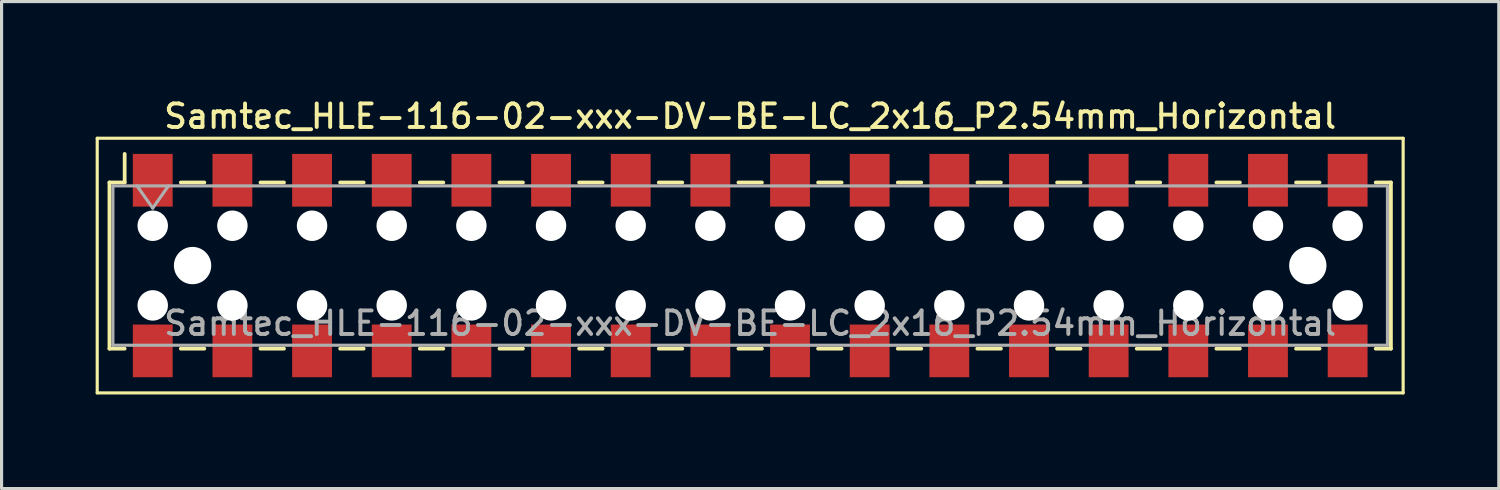
<source format=kicad_pcb>
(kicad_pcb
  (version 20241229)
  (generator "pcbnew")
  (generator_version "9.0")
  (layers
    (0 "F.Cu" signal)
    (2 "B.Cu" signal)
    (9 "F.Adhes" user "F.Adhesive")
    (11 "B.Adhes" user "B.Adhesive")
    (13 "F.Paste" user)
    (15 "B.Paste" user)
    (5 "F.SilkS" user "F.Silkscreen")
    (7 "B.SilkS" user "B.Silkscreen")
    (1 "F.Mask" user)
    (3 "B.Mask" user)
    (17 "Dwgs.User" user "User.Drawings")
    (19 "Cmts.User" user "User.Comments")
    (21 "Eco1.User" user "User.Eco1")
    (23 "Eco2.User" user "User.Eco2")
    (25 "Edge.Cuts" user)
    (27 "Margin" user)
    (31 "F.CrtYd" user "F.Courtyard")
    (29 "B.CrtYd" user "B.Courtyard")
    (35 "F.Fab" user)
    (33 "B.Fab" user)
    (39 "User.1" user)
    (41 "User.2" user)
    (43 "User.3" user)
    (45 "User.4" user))
  (footprint "Samtec_HLE-116-02-xxx-DV-BE-LC_2x16_P2.54mm_Horizontal"
    (layer "F.Cu")
    (at 20.87 5.418)
    (property "Reference" "Samtec_HLE-116-02-xxx-DV-BE-LC_2x16_P2.54mm_Horizontal" (at 0 -4.76 0) (layer "F.SilkS") (effects (font (size 0.75 0.75) (thickness 0.125))))
    (attr smd)
    (fp_line (start -20.82 -4.06) (end 20.82 -4.06) (stroke (width 0.1) (type solid)) (layer "F.SilkS"))
    (fp_line (start -20.82 4.06) (end -20.82 -4.06) (stroke (width 0.1) (type solid)) (layer "F.SilkS"))
    (fp_line (start -20.43 -2.65) (end -20.43 2.65) (stroke (width 0.12) (type solid)) (layer "F.SilkS"))
    (fp_line (start -20.43 2.65) (end -19.945 2.65) (stroke (width 0.12) (type solid)) (layer "F.SilkS"))
    (fp_line (start -19.945 -3.56) (end -19.945 -2.65) (stroke (width 0.12) (type solid)) (layer "F.SilkS"))
    (fp_line (start -19.945 -2.65) (end -20.43 -2.65) (stroke (width 0.12) (type solid)) (layer "F.SilkS"))
    (fp_line (start -18.155 -2.65) (end -17.405 -2.65) (stroke (width 0.12) (type solid)) (layer "F.SilkS"))
    (fp_line (start -18.155 2.65) (end -17.405 2.65) (stroke (width 0.12) (type solid)) (layer "F.SilkS"))
    (fp_line (start -15.615 -2.65) (end -14.865 -2.65) (stroke (width 0.12) (type solid)) (layer "F.SilkS"))
    (fp_line (start -15.615 2.65) (end -14.865 2.65) (stroke (width 0.12) (type solid)) (layer "F.SilkS"))
    (fp_line (start -13.075 -2.65) (end -12.325 -2.65) (stroke (width 0.12) (type solid)) (layer "F.SilkS"))
    (fp_line (start -13.075 2.65) (end -12.325 2.65) (stroke (width 0.12) (type solid)) (layer "F.SilkS"))
    (fp_line (start -10.535 -2.65) (end -9.785 -2.65) (stroke (width 0.12) (type solid)) (layer "F.SilkS"))
    (fp_line (start -10.535 2.65) (end -9.785 2.65) (stroke (width 0.12) (type solid)) (layer "F.SilkS"))
    (fp_line (start -7.995 -2.65) (end -7.245 -2.65) (stroke (width 0.12) (type solid)) (layer "F.SilkS"))
    (fp_line (start -7.995 2.65) (end -7.245 2.65) (stroke (width 0.12) (type solid)) (layer "F.SilkS"))
    (fp_line (start -5.455 -2.65) (end -4.705 -2.65) (stroke (width 0.12) (type solid)) (layer "F.SilkS"))
    (fp_line (start -5.455 2.65) (end -4.705 2.65) (stroke (width 0.12) (type solid)) (layer "F.SilkS"))
    (fp_line (start -2.915 -2.65) (end -2.165 -2.65) (stroke (width 0.12) (type solid)) (layer "F.SilkS"))
    (fp_line (start -2.915 2.65) (end -2.165 2.65) (stroke (width 0.12) (type solid)) (layer "F.SilkS"))
    (fp_line (start -0.375 -2.65) (end 0.375 -2.65) (stroke (width 0.12) (type solid)) (layer "F.SilkS"))
    (fp_line (start -0.375 2.65) (end 0.375 2.65) (stroke (width 0.12) (type solid)) (layer "F.SilkS"))
    (fp_line (start 2.165 -2.65) (end 2.915 -2.65) (stroke (width 0.12) (type solid)) (layer "F.SilkS"))
    (fp_line (start 2.165 2.65) (end 2.915 2.65) (stroke (width 0.12) (type solid)) (layer "F.SilkS"))
    (fp_line (start 4.705 -2.65) (end 5.455 -2.65) (stroke (width 0.12) (type solid)) (layer "F.SilkS"))
    (fp_line (start 4.705 2.65) (end 5.455 2.65) (stroke (width 0.12) (type solid)) (layer "F.SilkS"))
    (fp_line (start 7.245 -2.65) (end 7.995 -2.65) (stroke (width 0.12) (type solid)) (layer "F.SilkS"))
    (fp_line (start 7.245 2.65) (end 7.995 2.65) (stroke (width 0.12) (type solid)) (layer "F.SilkS"))
    (fp_line (start 9.785 -2.65) (end 10.535 -2.65) (stroke (width 0.12) (type solid)) (layer "F.SilkS"))
    (fp_line (start 9.785 2.65) (end 10.535 2.65) (stroke (width 0.12) (type solid)) (layer "F.SilkS"))
    (fp_line (start 12.325 -2.65) (end 13.075 -2.65) (stroke (width 0.12) (type solid)) (layer "F.SilkS"))
    (fp_line (start 12.325 2.65) (end 13.075 2.65) (stroke (width 0.12) (type solid)) (layer "F.SilkS"))
    (fp_line (start 14.865 -2.65) (end 15.615 -2.65) (stroke (width 0.12) (type solid)) (layer "F.SilkS"))
    (fp_line (start 14.865 2.65) (end 15.615 2.65) (stroke (width 0.12) (type solid)) (layer "F.SilkS"))
    (fp_line (start 17.405 -2.65) (end 18.155 -2.65) (stroke (width 0.12) (type solid)) (layer "F.SilkS"))
    (fp_line (start 17.405 2.65) (end 18.155 2.65) (stroke (width 0.12) (type solid)) (layer "F.SilkS"))
    (fp_line (start 19.945 -2.65) (end 20.43 -2.65) (stroke (width 0.12) (type solid)) (layer "F.SilkS"))
    (fp_line (start 20.43 -2.65) (end 20.43 2.65) (stroke (width 0.12) (type solid)) (layer "F.SilkS"))
    (fp_line (start 20.43 2.65) (end 19.945 2.65) (stroke (width 0.12) (type solid)) (layer "F.SilkS"))
    (fp_line (start 20.82 -4.06) (end 20.82 4.06) (stroke (width 0.1) (type solid)) (layer "F.SilkS"))
    (fp_line (start 20.82 4.06) (end -20.82 4.06) (stroke (width 0.1) (type solid)) (layer "F.SilkS"))
    (fp_line (start -20.32 -2.54) (end 20.32 -2.54) (stroke (width 0.1) (type solid)) (layer "F.Fab"))
    (fp_line (start -20.32 2.54) (end -20.32 -2.54) (stroke (width 0.1) (type solid)) (layer "F.Fab"))
    (fp_line (start -19.55 -2.54) (end -19.05 -1.833) (stroke (width 0.1) (type solid)) (layer "F.Fab"))
    (fp_line (start -19.05 -1.833) (end -18.55 -2.54) (stroke (width 0.1) (type solid)) (layer "F.Fab"))
    (fp_line (start 20.32 -2.54) (end 20.32 2.54) (stroke (width 0.1) (type solid)) (layer "F.Fab"))
    (fp_line (start 20.32 2.54) (end -20.32 2.54) (stroke (width 0.1) (type solid)) (layer "F.Fab"))
    (fp_text user "${REFERENCE}" (at 0 1.84 0) (layer "F.Fab") (effects (font (size 0.75 0.75) (thickness 0.125))))
    (pad "" np_thru_hole circle (at -19.05 -1.27) (size 0.97 0.97) (drill 0.97) (layers "*.Cu" "*.Mask"))
    (pad "" np_thru_hole circle (at -19.05 1.27) (size 0.97 0.97) (drill 0.97) (layers "*.Cu" "*.Mask"))
    (pad "" np_thru_hole circle (at -17.78 0) (size 1.19 1.19) (drill 1.19) (layers "*.Cu" "*.Mask"))
    (pad "" np_thru_hole circle (at -16.51 -1.27) (size 0.97 0.97) (drill 0.97) (layers "*.Cu" "*.Mask"))
    (pad "" np_thru_hole circle (at -16.51 1.27) (size 0.97 0.97) (drill 0.97) (layers "*.Cu" "*.Mask"))
    (pad "" np_thru_hole circle (at -13.97 -1.27) (size 0.97 0.97) (drill 0.97) (layers "*.Cu" "*.Mask"))
    (pad "" np_thru_hole circle (at -13.97 1.27) (size 0.97 0.97) (drill 0.97) (layers "*.Cu" "*.Mask"))
    (pad "" np_thru_hole circle (at -11.43 -1.27) (size 0.97 0.97) (drill 0.97) (layers "*.Cu" "*.Mask"))
    (pad "" np_thru_hole circle (at -11.43 1.27) (size 0.97 0.97) (drill 0.97) (layers "*.Cu" "*.Mask"))
    (pad "" np_thru_hole circle (at -8.89 -1.27) (size 0.97 0.97) (drill 0.97) (layers "*.Cu" "*.Mask"))
    (pad "" np_thru_hole circle (at -8.89 1.27) (size 0.97 0.97) (drill 0.97) (layers "*.Cu" "*.Mask"))
    (pad "" np_thru_hole circle (at -6.35 -1.27) (size 0.97 0.97) (drill 0.97) (layers "*.Cu" "*.Mask"))
    (pad "" np_thru_hole circle (at -6.35 1.27) (size 0.97 0.97) (drill 0.97) (layers "*.Cu" "*.Mask"))
    (pad "" np_thru_hole circle (at -3.81 -1.27) (size 0.97 0.97) (drill 0.97) (layers "*.Cu" "*.Mask"))
    (pad "" np_thru_hole circle (at -3.81 1.27) (size 0.97 0.97) (drill 0.97) (layers "*.Cu" "*.Mask"))
    (pad "" np_thru_hole circle (at -1.27 -1.27) (size 0.97 0.97) (drill 0.97) (layers "*.Cu" "*.Mask"))
    (pad "" np_thru_hole circle (at -1.27 1.27) (size 0.97 0.97) (drill 0.97) (layers "*.Cu" "*.Mask"))
    (pad "" np_thru_hole circle (at 1.27 -1.27) (size 0.97 0.97) (drill 0.97) (layers "*.Cu" "*.Mask"))
    (pad "" np_thru_hole circle (at 1.27 1.27) (size 0.97 0.97) (drill 0.97) (layers "*.Cu" "*.Mask"))
    (pad "" np_thru_hole circle (at 3.81 -1.27) (size 0.97 0.97) (drill 0.97) (layers "*.Cu" "*.Mask"))
    (pad "" np_thru_hole circle (at 3.81 1.27) (size 0.97 0.97) (drill 0.97) (layers "*.Cu" "*.Mask"))
    (pad "" np_thru_hole circle (at 6.35 -1.27) (size 0.97 0.97) (drill 0.97) (layers "*.Cu" "*.Mask"))
    (pad "" np_thru_hole circle (at 6.35 1.27) (size 0.97 0.97) (drill 0.97) (layers "*.Cu" "*.Mask"))
    (pad "" np_thru_hole circle (at 8.89 -1.27) (size 0.97 0.97) (drill 0.97) (layers "*.Cu" "*.Mask"))
    (pad "" np_thru_hole circle (at 8.89 1.27) (size 0.97 0.97) (drill 0.97) (layers "*.Cu" "*.Mask"))
    (pad "" np_thru_hole circle (at 11.43 -1.27) (size 0.97 0.97) (drill 0.97) (layers "*.Cu" "*.Mask"))
    (pad "" np_thru_hole circle (at 11.43 1.27) (size 0.97 0.97) (drill 0.97) (layers "*.Cu" "*.Mask"))
    (pad "" np_thru_hole circle (at 13.97 -1.27) (size 0.97 0.97) (drill 0.97) (layers "*.Cu" "*.Mask"))
    (pad "" np_thru_hole circle (at 13.97 1.27) (size 0.97 0.97) (drill 0.97) (layers "*.Cu" "*.Mask"))
    (pad "" np_thru_hole circle (at 16.51 -1.27) (size 0.97 0.97) (drill 0.97) (layers "*.Cu" "*.Mask"))
    (pad "" np_thru_hole circle (at 16.51 1.27) (size 0.97 0.97) (drill 0.97) (layers "*.Cu" "*.Mask"))
    (pad "" np_thru_hole circle (at 17.78 0) (size 1.19 1.19) (drill 1.19) (layers "*.Cu" "*.Mask"))
    (pad "" np_thru_hole circle (at 19.05 -1.27) (size 0.97 0.97) (drill 0.97) (layers "*.Cu" "*.Mask"))
    (pad "" np_thru_hole circle (at 19.05 1.27) (size 0.97 0.97) (drill 0.97) (layers "*.Cu" "*.Mask"))
    (pad "1" smd rect (at -19.05 -2.72) (size 1.27 1.68) (layers "F.Cu" "F.Mask" "F.Paste"))
    (pad "2" smd rect (at -19.05 2.72) (size 1.27 1.68) (layers "F.Cu" "F.Mask" "F.Paste"))
    (pad "3" smd rect (at -16.51 -2.72) (size 1.27 1.68) (layers "F.Cu" "F.Mask" "F.Paste"))
    (pad "4" smd rect (at -16.51 2.72) (size 1.27 1.68) (layers "F.Cu" "F.Mask" "F.Paste"))
    (pad "5" smd rect (at -13.97 -2.72) (size 1.27 1.68) (layers "F.Cu" "F.Mask" "F.Paste"))
    (pad "6" smd rect (at -13.97 2.72) (size 1.27 1.68) (layers "F.Cu" "F.Mask" "F.Paste"))
    (pad "7" smd rect (at -11.43 -2.72) (size 1.27 1.68) (layers "F.Cu" "F.Mask" "F.Paste"))
    (pad "8" smd rect (at -11.43 2.72) (size 1.27 1.68) (layers "F.Cu" "F.Mask" "F.Paste"))
    (pad "9" smd rect (at -8.89 -2.72) (size 1.27 1.68) (layers "F.Cu" "F.Mask" "F.Paste"))
    (pad "10" smd rect (at -8.89 2.72) (size 1.27 1.68) (layers "F.Cu" "F.Mask" "F.Paste"))
    (pad "11" smd rect (at -6.35 -2.72) (size 1.27 1.68) (layers "F.Cu" "F.Mask" "F.Paste"))
    (pad "12" smd rect (at -6.35 2.72) (size 1.27 1.68) (layers "F.Cu" "F.Mask" "F.Paste"))
    (pad "13" smd rect (at -3.81 -2.72) (size 1.27 1.68) (layers "F.Cu" "F.Mask" "F.Paste"))
    (pad "14" smd rect (at -3.81 2.72) (size 1.27 1.68) (layers "F.Cu" "F.Mask" "F.Paste"))
    (pad "15" smd rect (at -1.27 -2.72) (size 1.27 1.68) (layers "F.Cu" "F.Mask" "F.Paste"))
    (pad "16" smd rect (at -1.27 2.72) (size 1.27 1.68) (layers "F.Cu" "F.Mask" "F.Paste"))
    (pad "17" smd rect (at 1.27 -2.72) (size 1.27 1.68) (layers "F.Cu" "F.Mask" "F.Paste"))
    (pad "18" smd rect (at 1.27 2.72) (size 1.27 1.68) (layers "F.Cu" "F.Mask" "F.Paste"))
    (pad "19" smd rect (at 3.81 -2.72) (size 1.27 1.68) (layers "F.Cu" "F.Mask" "F.Paste"))
    (pad "20" smd rect (at 3.81 2.72) (size 1.27 1.68) (layers "F.Cu" "F.Mask" "F.Paste"))
    (pad "21" smd rect (at 6.35 -2.72) (size 1.27 1.68) (layers "F.Cu" "F.Mask" "F.Paste"))
    (pad "22" smd rect (at 6.35 2.72) (size 1.27 1.68) (layers "F.Cu" "F.Mask" "F.Paste"))
    (pad "23" smd rect (at 8.89 -2.72) (size 1.27 1.68) (layers "F.Cu" "F.Mask" "F.Paste"))
    (pad "24" smd rect (at 8.89 2.72) (size 1.27 1.68) (layers "F.Cu" "F.Mask" "F.Paste"))
    (pad "25" smd rect (at 11.43 -2.72) (size 1.27 1.68) (layers "F.Cu" "F.Mask" "F.Paste"))
    (pad "26" smd rect (at 11.43 2.72) (size 1.27 1.68) (layers "F.Cu" "F.Mask" "F.Paste"))
    (pad "27" smd rect (at 13.97 -2.72) (size 1.27 1.68) (layers "F.Cu" "F.Mask" "F.Paste"))
    (pad "28" smd rect (at 13.97 2.72) (size 1.27 1.68) (layers "F.Cu" "F.Mask" "F.Paste"))
    (pad "29" smd rect (at 16.51 -2.72) (size 1.27 1.68) (layers "F.Cu" "F.Mask" "F.Paste"))
    (pad "30" smd rect (at 16.51 2.72) (size 1.27 1.68) (layers "F.Cu" "F.Mask" "F.Paste"))
    (pad "31" smd rect (at 19.05 -2.72) (size 1.27 1.68) (layers "F.Cu" "F.Mask" "F.Paste"))
    (pad "32" smd rect (at 19.05 2.72) (size 1.27 1.68) (layers "F.Cu" "F.Mask" "F.Paste")))
  (gr_rect
    (start -3 -3)
    (end 44.74 12.528)
    (stroke (width 0.1) (type default))
    (fill no)
    (layer "Edge.Cuts")))
</source>
